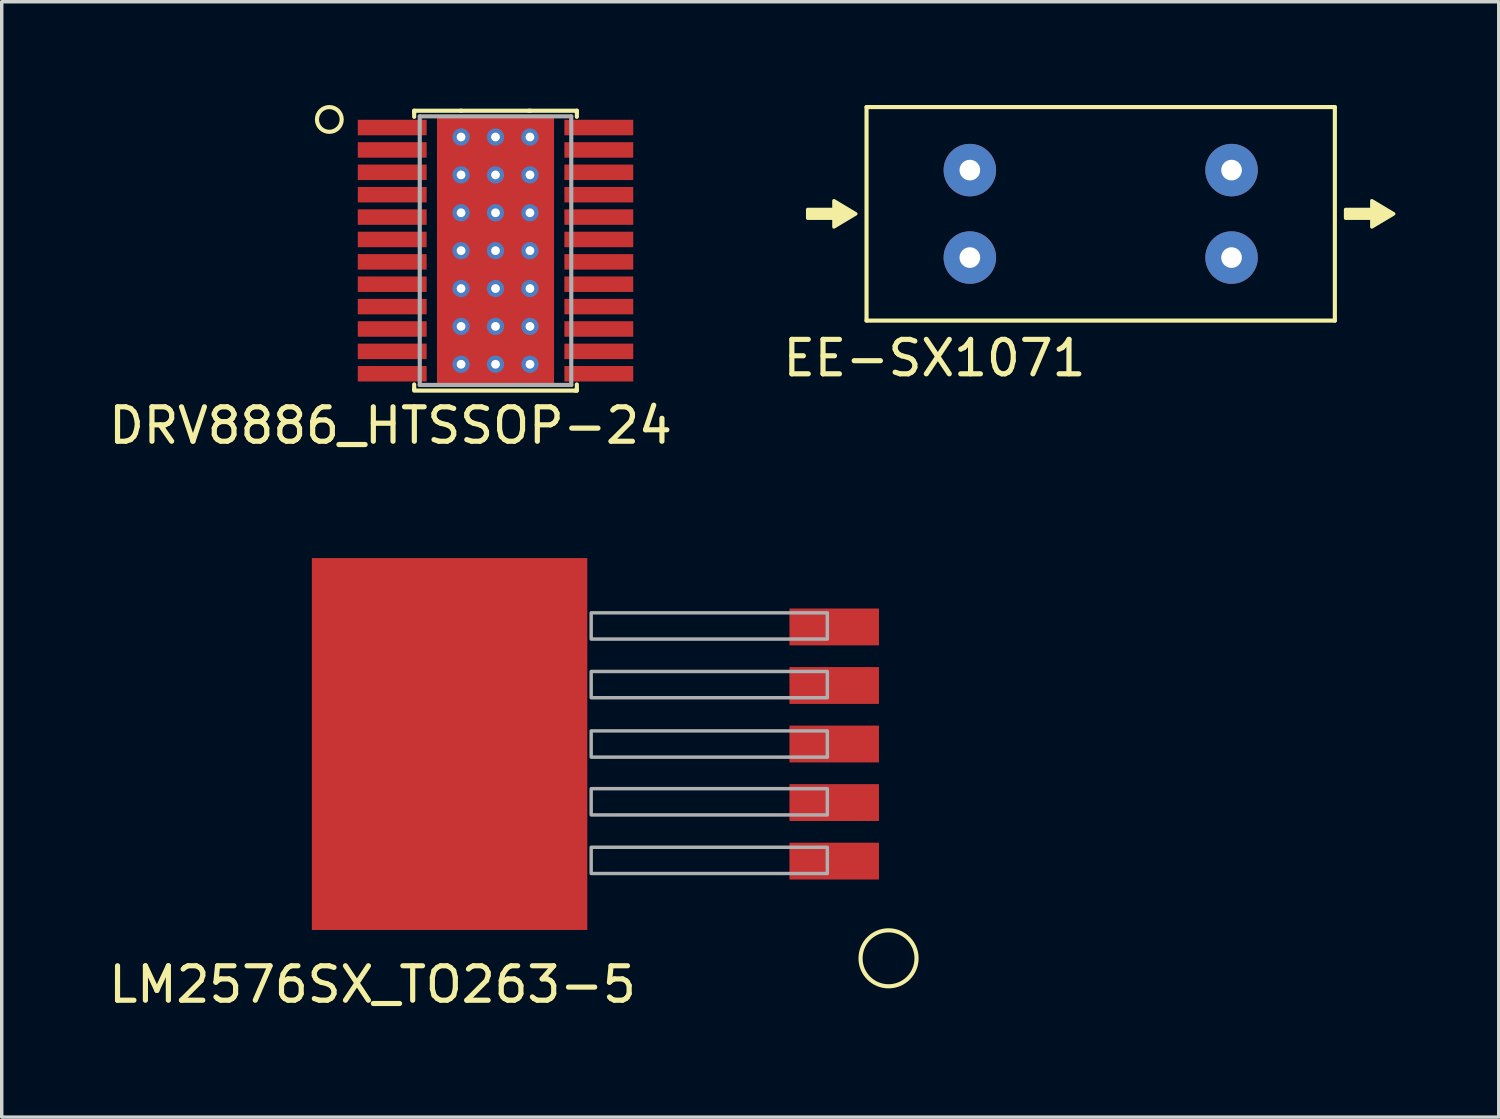
<source format=kicad_pcb>
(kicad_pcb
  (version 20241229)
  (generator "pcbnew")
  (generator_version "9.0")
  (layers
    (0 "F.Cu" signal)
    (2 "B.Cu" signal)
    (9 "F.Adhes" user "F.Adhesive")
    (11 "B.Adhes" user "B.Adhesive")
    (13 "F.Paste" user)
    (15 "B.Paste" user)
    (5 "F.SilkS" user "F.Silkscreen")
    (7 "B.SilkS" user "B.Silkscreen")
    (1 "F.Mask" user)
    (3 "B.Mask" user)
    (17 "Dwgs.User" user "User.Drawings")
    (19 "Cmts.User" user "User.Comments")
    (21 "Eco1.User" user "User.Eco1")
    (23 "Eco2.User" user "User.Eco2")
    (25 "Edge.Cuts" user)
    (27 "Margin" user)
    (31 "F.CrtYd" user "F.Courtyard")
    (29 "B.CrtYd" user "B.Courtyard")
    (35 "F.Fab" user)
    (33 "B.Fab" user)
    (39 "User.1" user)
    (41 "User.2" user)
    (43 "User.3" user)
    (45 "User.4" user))
  (footprint "LM2576SX_TO263-5"
    (layer "F.Cu")
    (at 7.006 18.557)
    (property "Reference" "LM2576SX_TO263-5" (at 0.762 6.985 0) (layer "F.SilkS") (effects (font (size 1 1) (thickness 0.15))))
    (attr through_hole)
    (fp_circle (center 15.748 6.223) (end 16.256 6.858) (stroke (width 0.12) (type solid)) (fill no) (layer "F.SilkS"))
    (fp_poly (pts (xy 13.97 -3.048) (xy 7.112 -3.048) (xy 7.112 -3.81) (xy 13.97 -3.81)) (stroke (width 0.1) (type solid)) (fill no) (layer "F.Fab"))
    (fp_poly (pts (xy 13.97 -1.345) (xy 7.112 -1.345) (xy 7.112 -2.107) (xy 13.97 -2.107)) (stroke (width 0.1) (type solid)) (fill no) (layer "F.Fab"))
    (fp_poly (pts (xy 13.97 0.381) (xy 7.112 0.381) (xy 7.112 -0.381) (xy 13.97 -0.381)) (stroke (width 0.1) (type solid)) (fill no) (layer "F.Fab"))
    (fp_poly (pts (xy 13.97 2.059) (xy 7.112 2.059) (xy 7.112 1.297) (xy 13.97 1.297)) (stroke (width 0.1) (type solid)) (fill no) (layer "F.Fab"))
    (fp_poly (pts (xy 13.97 3.76) (xy 7.112 3.76) (xy 7.112 2.998) (xy 13.97 2.998)) (stroke (width 0.1) (type solid)) (fill no) (layer "F.Fab"))
    (pad "1" smd rect (at 14.17 3.4) (size 2.6 1.07) (layers "F.Cu" "F.Mask" "F.Paste"))
    (pad "2" smd rect (at 14.17 1.7) (size 2.6 1.07) (layers "F.Cu" "F.Mask" "F.Paste"))
    (pad "3" smd rect (at 0 0) (size 8 10.8) (drill (offset 3 0)) (layers "F.Cu" "F.Mask" "F.Paste"))
    (pad "3" smd rect (at 14.17 0) (size 2.6 1.07) (layers "F.Cu" "F.Mask" "F.Paste"))
    (pad "4" smd rect (at 14.17 -1.7) (size 2.6 1.07) (layers "F.Cu" "F.Mask" "F.Paste"))
    (pad "5" smd rect (at 14.17 -3.4) (size 2.6 1.07) (layers "F.Cu" "F.Mask" "F.Paste")))
  (footprint "DRV8886_HTSSOP-24"
    (layer "F.Cu")
    (at 11.34 4.229)
    (property "Reference" "DRV8886_HTSSOP-24" (at -3.048 5.08 0) (layer "F.SilkS") (effects (font (size 1 1) (thickness 0.15))))
    (attr through_hole)
    (fp_line (start -2.362 -4.064) (end -0.991 -4.064) (stroke (width 0.12) (type solid)) (layer "F.SilkS"))
    (fp_line (start -2.362 -4.013) (end -2.362 -4.064) (stroke (width 0.12) (type solid)) (layer "F.SilkS"))
    (fp_line (start -2.362 -3.886) (end -2.362 -4.013) (stroke (width 0.12) (type solid)) (layer "F.SilkS"))
    (fp_line (start -2.362 3.886) (end -2.362 4.013) (stroke (width 0.12) (type solid)) (layer "F.SilkS"))
    (fp_line (start -2.362 4.013) (end -2.362 4.039) (stroke (width 0.12) (type solid)) (layer "F.SilkS"))
    (fp_line (start -2.362 4.064) (end 2.311 4.064) (stroke (width 0.12) (type solid)) (layer "F.SilkS"))
    (fp_line (start 0.965 -4.064) (end -1.016 -4.064) (stroke (width 0.12) (type solid)) (layer "F.SilkS"))
    (fp_line (start 1.016 -4.064) (end 0.965 -4.064) (stroke (width 0.12) (type solid)) (layer "F.SilkS"))
    (fp_line (start 2.311 4.064) (end 2.362 4.064) (stroke (width 0.12) (type solid)) (layer "F.SilkS"))
    (fp_line (start 2.362 -4.064) (end 1.016 -4.064) (stroke (width 0.12) (type solid)) (layer "F.SilkS"))
    (fp_line (start 2.362 -4.013) (end 2.362 -4.064) (stroke (width 0.12) (type solid)) (layer "F.SilkS"))
    (fp_line (start 2.362 -3.886) (end 2.362 -4.013) (stroke (width 0.12) (type solid)) (layer "F.SilkS"))
    (fp_line (start 2.362 4.039) (end 2.362 3.886) (stroke (width 0.12) (type solid)) (layer "F.SilkS"))
    (fp_line (start 2.362 4.064) (end 2.362 4.039) (stroke (width 0.12) (type solid)) (layer "F.SilkS"))
    (fp_circle (center -4.826 -3.81) (end -4.572 -3.556) (stroke (width 0.12) (type solid)) (fill no) (layer "F.SilkS"))
    (fp_line (start -2.2 -3.9) (end -2.2 3.9) (stroke (width 0.12) (type solid)) (layer "F.Fab"))
    (fp_line (start -2.2 3.9) (end 2.2 3.9) (stroke (width 0.12) (type solid)) (layer "F.Fab"))
    (fp_line (start 2.2 -3.9) (end -2.2 -3.9) (stroke (width 0.12) (type solid)) (layer "F.Fab"))
    (fp_line (start 2.2 3.9) (end 2.2 -3.9) (stroke (width 0.12) (type solid)) (layer "F.Fab"))
    (pad "" smd rect (at 0 0) (size 2.6 5.16) (layers "F.Mask" "F.Paste"))
    (pad "1" smd rect (at -3 -3.575) (size 2 0.45) (layers "F.Cu" "F.Mask" "F.Paste"))
    (pad "2" smd rect (at -3 -2.925) (size 2 0.45) (layers "F.Cu" "F.Mask" "F.Paste"))
    (pad "3" smd rect (at -3 -2.275) (size 2 0.45) (layers "F.Cu" "F.Mask" "F.Paste"))
    (pad "4" smd rect (at -3 -1.625) (size 2 0.45) (layers "F.Cu" "F.Mask" "F.Paste"))
    (pad "5" smd rect (at -3 -0.975) (size 2 0.45) (layers "F.Cu" "F.Mask" "F.Paste"))
    (pad "6" smd rect (at -3 -0.325) (size 2 0.45) (layers "F.Cu" "F.Mask" "F.Paste"))
    (pad "7" smd rect (at -3 0.325) (size 2 0.45) (layers "F.Cu" "F.Mask" "F.Paste"))
    (pad "8" smd rect (at -3 0.975) (size 2 0.45) (layers "F.Cu" "F.Mask" "F.Paste"))
    (pad "9" smd rect (at -3 1.625) (size 2 0.45) (layers "F.Cu" "F.Mask" "F.Paste"))
    (pad "10" smd rect (at -3 2.275) (size 2 0.45) (layers "F.Cu" "F.Mask" "F.Paste"))
    (pad "11" smd rect (at -3 2.925) (size 2 0.45) (layers "F.Cu" "F.Mask" "F.Paste"))
    (pad "12" smd rect (at -3 3.575) (size 2 0.45) (layers "F.Cu" "F.Mask" "F.Paste"))
    (pad "13" smd rect (at 3 3.575) (size 2 0.45) (layers "F.Cu" "F.Mask" "F.Paste"))
    (pad "14" smd rect (at 3 2.925) (size 2 0.45) (layers "F.Cu" "F.Mask" "F.Paste"))
    (pad "15" smd rect (at 3 2.275) (size 2 0.45) (layers "F.Cu" "F.Mask" "F.Paste"))
    (pad "16" smd rect (at 3 1.625) (size 2 0.45) (layers "F.Cu" "F.Mask" "F.Paste"))
    (pad "17" smd rect (at 3 0.975) (size 2 0.45) (layers "F.Cu" "F.Mask" "F.Paste"))
    (pad "18" smd rect (at 3 0.325) (size 2 0.45) (layers "F.Cu" "F.Mask" "F.Paste"))
    (pad "19" smd rect (at 3 -0.325) (size 2 0.45) (layers "F.Cu" "F.Mask" "F.Paste"))
    (pad "20" smd rect (at 3 -0.975) (size 2 0.45) (layers "F.Cu" "F.Mask" "F.Paste"))
    (pad "21" smd rect (at 3 -1.625) (size 2 0.45) (layers "F.Cu" "F.Mask" "F.Paste"))
    (pad "22" smd rect (at 3 -2.275) (size 2 0.45) (layers "F.Cu" "F.Mask" "F.Paste"))
    (pad "23" smd rect (at 3 -2.925) (size 2 0.45) (layers "F.Cu" "F.Mask" "F.Paste"))
    (pad "24" smd rect (at 3 -3.575) (size 2 0.45) (layers "F.Cu" "F.Mask" "F.Paste"))
    (pad "25" thru_hole circle (at -1 -3.3) (size 0.5 0.5) (drill 0.254) (layers "*.Cu"))
    (pad "25" thru_hole circle (at -1 -2.2) (size 0.5 0.5) (drill 0.254) (layers "*.Cu"))
    (pad "25" thru_hole circle (at -1 -1.1) (size 0.5 0.5) (drill 0.254) (layers "*.Cu"))
    (pad "25" thru_hole circle (at -1 0) (size 0.5 0.5) (drill 0.254) (layers "*.Cu"))
    (pad "25" thru_hole circle (at -1 1.1) (size 0.5 0.5) (drill 0.254) (layers "*.Cu"))
    (pad "25" thru_hole circle (at -1 2.2) (size 0.5 0.5) (drill 0.254) (layers "*.Cu"))
    (pad "25" thru_hole circle (at -1 3.3) (size 0.5 0.5) (drill 0.254) (layers "*.Cu"))
    (pad "25" thru_hole circle (at 0 -3.3) (size 0.5 0.5) (drill 0.254) (layers "*.Cu"))
    (pad "25" thru_hole circle (at 0 -2.2) (size 0.5 0.5) (drill 0.254) (layers "*.Cu"))
    (pad "25" thru_hole circle (at 0 -1.1) (size 0.5 0.5) (drill 0.254) (layers "*.Cu"))
    (pad "25" thru_hole circle (at 0 0) (size 0.5 0.5) (drill 0.254) (layers "*.Cu"))
    (pad "25" smd rect (at 0 0) (size 3.4 7.8) (layers "F.Cu"))
    (pad "25" thru_hole circle (at 0 1.1) (size 0.5 0.5) (drill 0.254) (layers "*.Cu"))
    (pad "25" thru_hole circle (at 0 2.2) (size 0.5 0.5) (drill 0.254) (layers "*.Cu"))
    (pad "25" thru_hole circle (at 0 3.3) (size 0.5 0.5) (drill 0.254) (layers "*.Cu"))
    (pad "25" thru_hole circle (at 1 -3.3) (size 0.5 0.5) (drill 0.254) (layers "*.Cu"))
    (pad "25" thru_hole circle (at 1 -2.2) (size 0.5 0.5) (drill 0.254) (layers "*.Cu"))
    (pad "25" thru_hole circle (at 1 -1.1) (size 0.5 0.5) (drill 0.254) (layers "*.Cu"))
    (pad "25" thru_hole circle (at 1 0) (size 0.5 0.5) (drill 0.254) (layers "*.Cu"))
    (pad "25" thru_hole circle (at 1 1.1) (size 0.5 0.5) (drill 0.254) (layers "*.Cu"))
    (pad "25" thru_hole circle (at 1 2.2) (size 0.5 0.5) (drill 0.254) (layers "*.Cu"))
    (pad "25" thru_hole circle (at 1 3.3) (size 0.5 0.5) (drill 0.254) (layers "*.Cu")))
  (footprint "EE-SX1071"
    (layer "F.Cu")
    (at 28.915 3.16)
    (property "Reference" "EE-SX1071" (at -4.826 4.191 0) (layer "F.SilkS") (effects (font (size 1 1) (thickness 0.15))))
    (attr through_hole)
    (fp_line (start -6.8 -3.1) (end -6.8 3.1) (stroke (width 0.12) (type solid)) (layer "F.SilkS"))
    (fp_line (start -6.8 3.1) (end 6.8 3.1) (stroke (width 0.12) (type solid)) (layer "F.SilkS"))
    (fp_line (start 6.8 -3.1) (end -6.8 -3.1) (stroke (width 0.12) (type solid)) (layer "F.SilkS"))
    (fp_line (start 6.8 3.1) (end 6.8 -3.1) (stroke (width 0.12) (type solid)) (layer "F.SilkS"))
    (fp_poly (pts (xy -7.112 0) (xy -7.747 0.381) (xy -7.747 -0.381)) (stroke (width 0.1) (type solid)) (fill yes) (layer "F.SilkS"))
    (fp_poly (pts (xy 8.509 0) (xy 7.874 0.381) (xy 7.874 -0.381)) (stroke (width 0.1) (type solid)) (fill yes) (layer "F.SilkS"))
    (fp_poly (pts (xy -7.747 0.127) (xy -8.509 0.127) (xy -8.509 -0.127) (xy -7.747 -0.127)) (stroke (width 0.1) (type solid)) (fill yes) (layer "F.SilkS"))
    (fp_poly (pts (xy 7.874 0.127) (xy 7.112 0.127) (xy 7.112 -0.127) (xy 7.874 -0.127)) (stroke (width 0.1) (type solid)) (fill yes) (layer "F.SilkS"))
    (pad "1" thru_hole circle (at -3.8 -1.27) (size 1.524 1.524) (drill 0.6) (layers "*.Cu" "*.Mask"))
    (pad "2" thru_hole circle (at -3.8 1.27) (size 1.524 1.524) (drill 0.6) (layers "*.Cu" "*.Mask"))
    (pad "3" thru_hole circle (at 3.8 1.27) (size 1.524 1.524) (drill 0.6) (layers "*.Cu" "*.Mask"))
    (pad "4" thru_hole circle (at 3.8 -1.27) (size 1.524 1.524) (drill 0.6) (layers "*.Cu" "*.Mask")))
  (gr_rect
    (start -3 -3)
    (end 40.474 29.391)
    (stroke (width 0.1) (type default))
    (fill no)
    (layer "Edge.Cuts")))
</source>
